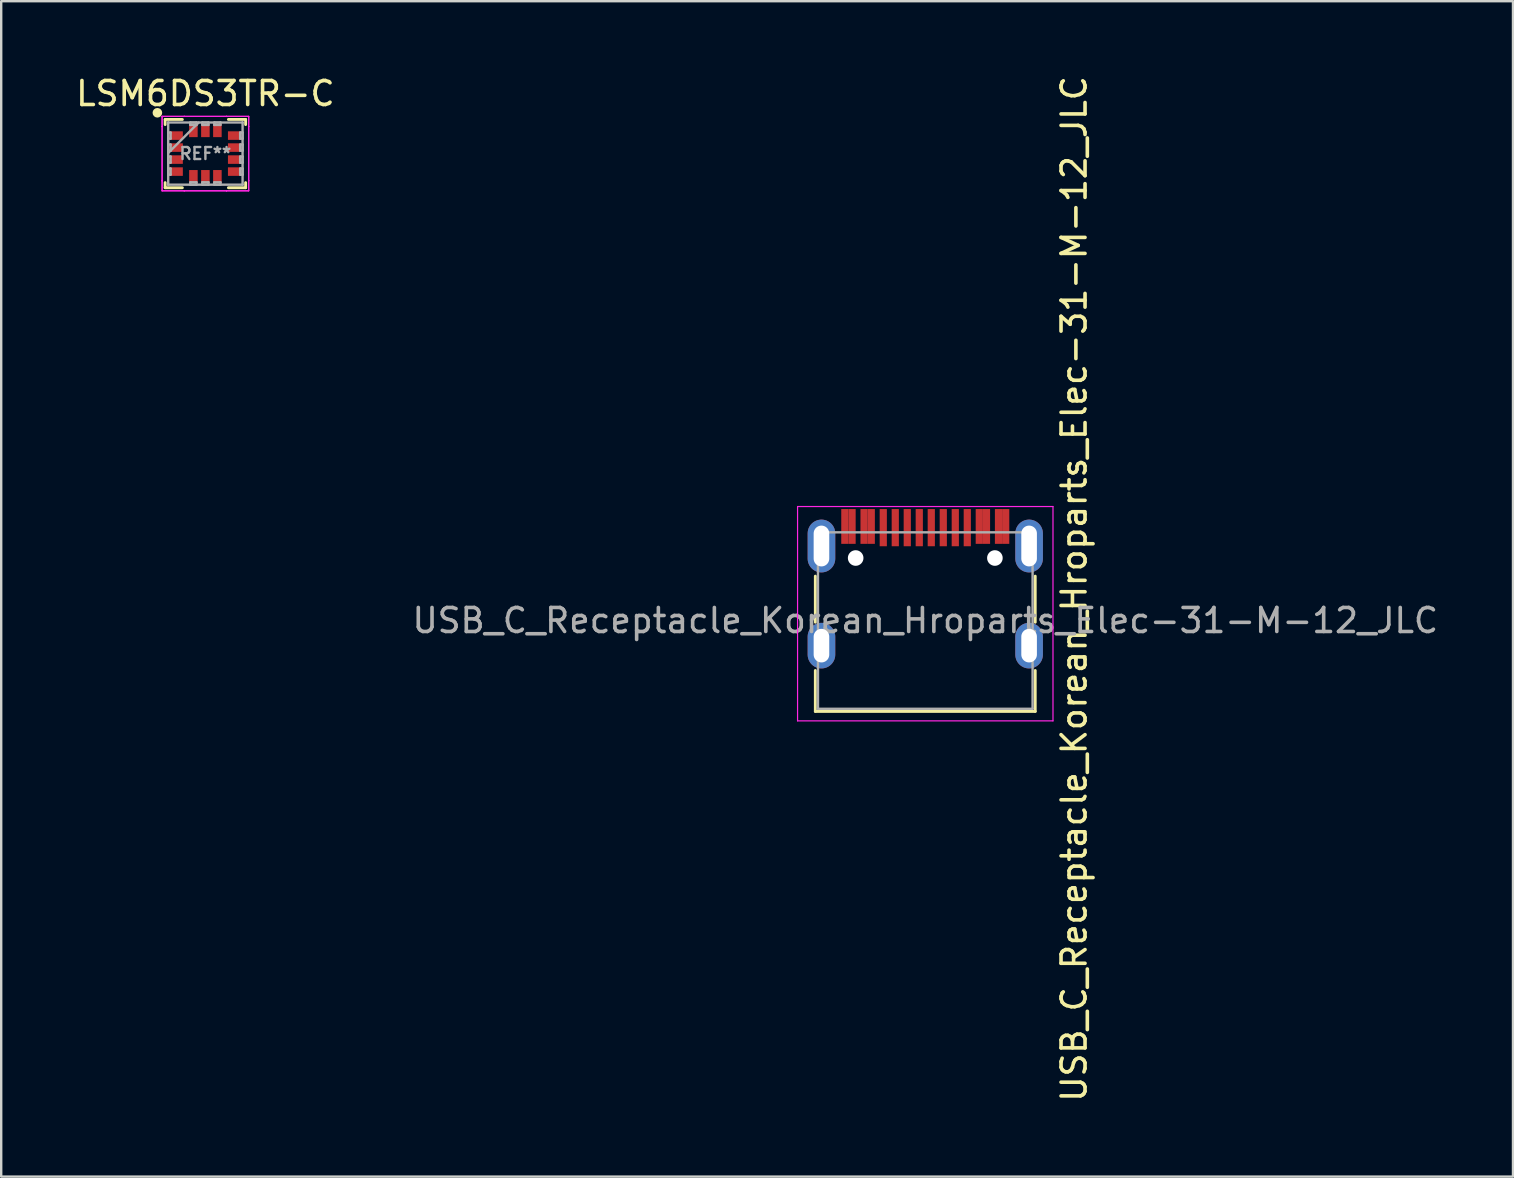
<source format=kicad_pcb>
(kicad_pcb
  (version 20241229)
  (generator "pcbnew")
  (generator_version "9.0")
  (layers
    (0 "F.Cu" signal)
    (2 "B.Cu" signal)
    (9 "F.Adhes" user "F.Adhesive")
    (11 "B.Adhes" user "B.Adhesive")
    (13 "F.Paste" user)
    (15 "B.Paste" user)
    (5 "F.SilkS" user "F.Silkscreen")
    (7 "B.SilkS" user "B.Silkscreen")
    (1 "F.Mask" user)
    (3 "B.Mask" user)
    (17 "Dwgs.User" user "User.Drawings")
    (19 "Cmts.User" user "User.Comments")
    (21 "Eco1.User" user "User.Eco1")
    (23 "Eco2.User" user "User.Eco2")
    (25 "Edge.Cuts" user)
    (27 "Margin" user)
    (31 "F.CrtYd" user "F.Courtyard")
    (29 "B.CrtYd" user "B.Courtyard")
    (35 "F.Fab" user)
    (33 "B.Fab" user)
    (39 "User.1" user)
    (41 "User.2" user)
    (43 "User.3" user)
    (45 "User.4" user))
  (footprint "USB_C_Receptacle_Korean_Hroparts_Elec-31-M-12_JLC"
    (layer "F.Cu")
    (at 35.494 21.211)
    (property "Reference" "USB_C_Receptacle_Korean_Hroparts_Elec-31-M-12_JLC" (at 6.2 0.271 90) (layer "F.SilkS") (effects (font (size 1 1) (thickness 0.15))))
    (attr smd)
    (fp_line (start -4.58 -0.261) (end -4.58 1.659) (stroke (width 0.12) (type solid)) (layer "F.SilkS"))
    (fp_line (start -4.58 5.374) (end -4.58 3.669) (stroke (width 0.12) (type solid)) (layer "F.SilkS"))
    (fp_line (start 4.58 1.659) (end 4.58 -0.261) (stroke (width 0.12) (type solid)) (layer "F.SilkS"))
    (fp_line (start 4.58 3.669) (end 4.58 5.374) (stroke (width 0.12) (type solid)) (layer "F.SilkS"))
    (fp_line (start 4.58 5.374) (end -4.58 5.374) (stroke (width 0.12) (type solid)) (layer "F.SilkS"))
    (fp_line (start -5.32 -3.161) (end 5.32 -3.161) (stroke (width 0.05) (type solid)) (layer "F.CrtYd"))
    (fp_line (start -5.32 5.769) (end -5.32 -3.161) (stroke (width 0.05) (type solid)) (layer "F.CrtYd"))
    (fp_line (start 5.32 -3.161) (end 5.32 5.769) (stroke (width 0.05) (type solid)) (layer "F.CrtYd"))
    (fp_line (start 5.32 5.769) (end -5.32 5.769) (stroke (width 0.05) (type solid)) (layer "F.CrtYd"))
    (fp_line (start -4.47 -2.086) (end -4.47 5.264) (stroke (width 0.1) (type solid)) (layer "F.Fab"))
    (fp_line (start -4.47 -2.086) (end 4.47 -2.086) (stroke (width 0.1) (type solid)) (layer "F.Fab"))
    (fp_line (start -4.47 5.264) (end 4.47 5.264) (stroke (width 0.1) (type solid)) (layer "F.Fab"))
    (fp_line (start 4.47 5.264) (end 4.47 -2.086) (stroke (width 0.1) (type solid)) (layer "F.Fab"))
    (fp_text user "${REFERENCE}" (at 0 1.589 0) (layer "F.Fab") (effects (font (size 1 1) (thickness 0.15))))
    (pad "" np_thru_hole circle (at -2.9 -1.016) (size 0.65 0.65) (drill 0.65) (layers "*.Cu" "*.Mask"))
    (pad "" np_thru_hole circle (at 2.9 -1.016) (size 0.65 0.65) (drill 0.65) (layers "*.Cu" "*.Mask"))
    (pad "A1" smd rect (at -3.35 -2.331) (size 0.3 1.45) (layers "F.Cu" "F.Mask" "F.Paste"))
    (pad "A4" smd rect (at -2.55 -2.331) (size 0.3 1.45) (layers "F.Cu" "F.Mask" "F.Paste"))
    (pad "A5" smd rect (at -1.25 -2.281) (size 0.3 1.55) (layers "F.Cu" "F.Mask" "F.Paste"))
    (pad "A6" smd rect (at -0.25 -2.281) (size 0.3 1.55) (layers "F.Cu" "F.Mask" "F.Paste"))
    (pad "A7" smd rect (at 0.25 -2.281) (size 0.3 1.55) (layers "F.Cu" "F.Mask" "F.Paste"))
    (pad "A8" smd rect (at 1.25 -2.281) (size 0.3 1.55) (layers "F.Cu" "F.Mask" "F.Paste"))
    (pad "A9" smd rect (at 2.55 -2.331) (size 0.3 1.45) (layers "F.Cu" "F.Mask" "F.Paste"))
    (pad "A12" smd rect (at 3.35 -2.331) (size 0.3 1.45) (layers "F.Cu" "F.Mask" "F.Paste"))
    (pad "B1" smd rect (at 3.05 -2.331) (size 0.3 1.45) (layers "F.Cu" "F.Mask" "F.Paste"))
    (pad "B4" smd rect (at 2.25 -2.331) (size 0.3 1.45) (layers "F.Cu" "F.Mask" "F.Paste"))
    (pad "B5" smd rect (at 1.75 -2.281) (size 0.3 1.55) (layers "F.Cu" "F.Mask" "F.Paste"))
    (pad "B6" smd rect (at 0.75 -2.281) (size 0.3 1.55) (layers "F.Cu" "F.Mask" "F.Paste"))
    (pad "B7" smd rect (at -0.75 -2.281) (size 0.3 1.55) (layers "F.Cu" "F.Mask" "F.Paste"))
    (pad "B8" smd rect (at -1.75 -2.281) (size 0.3 1.55) (layers "F.Cu" "F.Mask" "F.Paste"))
    (pad "B9" smd rect (at -2.25 -2.331) (size 0.3 1.45) (layers "F.Cu" "F.Mask" "F.Paste"))
    (pad "B12" smd rect (at -3.05 -2.331) (size 0.3 1.45) (layers "F.Cu" "F.Mask" "F.Paste"))
    (pad "S1" thru_hole oval (at -4.325 -1.516) (size 1.15 2.2) (drill oval 0.65 1.7) (layers "*.Cu" "*.Mask" "F.Paste"))
    (pad "S1" thru_hole oval (at -4.325 2.634) (size 1.15 1.9) (drill oval 0.65 1.4) (layers "*.Cu" "*.Mask" "F.Paste"))
    (pad "S1" thru_hole oval (at 4.325 -1.516) (size 1.15 2.2) (drill oval 0.65 1.7) (layers "*.Cu" "*.Mask" "F.Paste"))
    (pad "S1" thru_hole oval (at 4.325 2.634) (size 1.15 1.9) (drill oval 0.65 1.4) (layers "*.Cu" "*.Mask" "F.Paste")))
  (footprint "LSM6DS3TR-C"
    (layer "F.Cu")
    (at 5.506 3.348)
    (property "Reference" "LSM6DS3TR-C" (at 0 -2.5 0) (layer "F.SilkS") (effects (font (size 1 1) (thickness 0.15))))
    (attr through_hole)
    (fp_line (start -1.676 -1.422) (end -1.676 -1.209) (stroke (width 0.12) (type solid)) (layer "F.SilkS"))
    (fp_line (start -1.676 1.209) (end -1.676 1.422) (stroke (width 0.12) (type solid)) (layer "F.SilkS"))
    (fp_line (start -1.676 1.422) (end -0.959 1.422) (stroke (width 0.12) (type solid)) (layer "F.SilkS"))
    (fp_line (start -0.959 -1.422) (end -1.676 -1.422) (stroke (width 0.12) (type solid)) (layer "F.SilkS"))
    (fp_line (start 0.959 1.422) (end 1.676 1.422) (stroke (width 0.12) (type solid)) (layer "F.SilkS"))
    (fp_line (start 1.676 -1.422) (end 0.959 -1.422) (stroke (width 0.12) (type solid)) (layer "F.SilkS"))
    (fp_line (start 1.676 -1.209) (end 1.676 -1.422) (stroke (width 0.12) (type solid)) (layer "F.SilkS"))
    (fp_line (start 1.676 1.422) (end 1.676 1.209) (stroke (width 0.12) (type solid)) (layer "F.SilkS"))
    (fp_circle (center -2 -1.7) (end -1.9 -1.7) (stroke (width 0.2) (type solid)) (fill no) (layer "F.SilkS"))
    (fp_line (start -1.803 -1.549) (end -0.881 -1.549) (stroke (width 0.05) (type solid)) (layer "F.CrtYd"))
    (fp_line (start -1.803 -1.549) (end -0.881 -1.549) (stroke (width 0.05) (type solid)) (layer "F.CrtYd"))
    (fp_line (start -1.803 -1.131) (end -1.803 -1.549) (stroke (width 0.05) (type solid)) (layer "F.CrtYd"))
    (fp_line (start -1.803 -1.131) (end -1.803 -1.549) (stroke (width 0.05) (type solid)) (layer "F.CrtYd"))
    (fp_line (start -1.803 -1.131) (end -1.803 -1.131) (stroke (width 0.05) (type solid)) (layer "F.CrtYd"))
    (fp_line (start -1.803 -1.131) (end -1.803 -1.131) (stroke (width 0.05) (type solid)) (layer "F.CrtYd"))
    (fp_line (start -1.803 1.131) (end -1.803 -1.131) (stroke (width 0.05) (type solid)) (layer "F.CrtYd"))
    (fp_line (start -1.803 1.131) (end -1.803 -1.131) (stroke (width 0.05) (type solid)) (layer "F.CrtYd"))
    (fp_line (start -1.803 1.131) (end -1.803 1.131) (stroke (width 0.05) (type solid)) (layer "F.CrtYd"))
    (fp_line (start -1.803 1.131) (end -1.803 1.131) (stroke (width 0.05) (type solid)) (layer "F.CrtYd"))
    (fp_line (start -1.803 1.549) (end -1.803 1.131) (stroke (width 0.05) (type solid)) (layer "F.CrtYd"))
    (fp_line (start -1.803 1.549) (end -1.803 1.131) (stroke (width 0.05) (type solid)) (layer "F.CrtYd"))
    (fp_line (start -0.881 -1.549) (end -0.881 -1.549) (stroke (width 0.05) (type solid)) (layer "F.CrtYd"))
    (fp_line (start -0.881 -1.549) (end -0.881 -1.549) (stroke (width 0.05) (type solid)) (layer "F.CrtYd"))
    (fp_line (start -0.881 -1.549) (end 0.881 -1.549) (stroke (width 0.05) (type solid)) (layer "F.CrtYd"))
    (fp_line (start -0.881 -1.549) (end 0.881 -1.549) (stroke (width 0.05) (type solid)) (layer "F.CrtYd"))
    (fp_line (start -0.881 1.549) (end -1.803 1.549) (stroke (width 0.05) (type solid)) (layer "F.CrtYd"))
    (fp_line (start -0.881 1.549) (end -1.803 1.549) (stroke (width 0.05) (type solid)) (layer "F.CrtYd"))
    (fp_line (start -0.881 1.549) (end -0.881 1.549) (stroke (width 0.05) (type solid)) (layer "F.CrtYd"))
    (fp_line (start -0.881 1.549) (end -0.881 1.549) (stroke (width 0.05) (type solid)) (layer "F.CrtYd"))
    (fp_line (start 0.881 -1.549) (end 0.881 -1.549) (stroke (width 0.05) (type solid)) (layer "F.CrtYd"))
    (fp_line (start 0.881 -1.549) (end 0.881 -1.549) (stroke (width 0.05) (type solid)) (layer "F.CrtYd"))
    (fp_line (start 0.881 -1.549) (end 1.803 -1.549) (stroke (width 0.05) (type solid)) (layer "F.CrtYd"))
    (fp_line (start 0.881 -1.549) (end 1.803 -1.549) (stroke (width 0.05) (type solid)) (layer "F.CrtYd"))
    (fp_line (start 0.881 1.549) (end -0.881 1.549) (stroke (width 0.05) (type solid)) (layer "F.CrtYd"))
    (fp_line (start 0.881 1.549) (end -0.881 1.549) (stroke (width 0.05) (type solid)) (layer "F.CrtYd"))
    (fp_line (start 0.881 1.549) (end 0.881 1.549) (stroke (width 0.05) (type solid)) (layer "F.CrtYd"))
    (fp_line (start 0.881 1.549) (end 0.881 1.549) (stroke (width 0.05) (type solid)) (layer "F.CrtYd"))
    (fp_line (start 1.803 -1.549) (end 1.803 -1.131) (stroke (width 0.05) (type solid)) (layer "F.CrtYd"))
    (fp_line (start 1.803 -1.549) (end 1.803 -1.131) (stroke (width 0.05) (type solid)) (layer "F.CrtYd"))
    (fp_line (start 1.803 -1.131) (end 1.803 -1.131) (stroke (width 0.05) (type solid)) (layer "F.CrtYd"))
    (fp_line (start 1.803 -1.131) (end 1.803 -1.131) (stroke (width 0.05) (type solid)) (layer "F.CrtYd"))
    (fp_line (start 1.803 -1.131) (end 1.803 1.131) (stroke (width 0.05) (type solid)) (layer "F.CrtYd"))
    (fp_line (start 1.803 -1.131) (end 1.803 1.131) (stroke (width 0.05) (type solid)) (layer "F.CrtYd"))
    (fp_line (start 1.803 1.131) (end 1.803 1.131) (stroke (width 0.05) (type solid)) (layer "F.CrtYd"))
    (fp_line (start 1.803 1.131) (end 1.803 1.131) (stroke (width 0.05) (type solid)) (layer "F.CrtYd"))
    (fp_line (start 1.803 1.131) (end 1.803 1.549) (stroke (width 0.05) (type solid)) (layer "F.CrtYd"))
    (fp_line (start 1.803 1.131) (end 1.803 1.549) (stroke (width 0.05) (type solid)) (layer "F.CrtYd"))
    (fp_line (start 1.803 1.549) (end 0.881 1.549) (stroke (width 0.05) (type solid)) (layer "F.CrtYd"))
    (fp_line (start 1.803 1.549) (end 0.881 1.549) (stroke (width 0.05) (type solid)) (layer "F.CrtYd"))
    (fp_line (start -1.549 -1.295) (end -1.549 -1.295) (stroke (width 0.1) (type solid)) (layer "F.Fab"))
    (fp_line (start -1.549 -1.295) (end -1.549 1.295) (stroke (width 0.1) (type solid)) (layer "F.Fab"))
    (fp_line (start -1.549 -0.877) (end -1.448 -0.877) (stroke (width 0.1) (type solid)) (layer "F.Fab"))
    (fp_line (start -1.549 -0.623) (end -1.549 -0.877) (stroke (width 0.1) (type solid)) (layer "F.Fab"))
    (fp_line (start -1.549 -0.377) (end -1.448 -0.377) (stroke (width 0.1) (type solid)) (layer "F.Fab"))
    (fp_line (start -1.549 -0.123) (end -1.549 -0.377) (stroke (width 0.1) (type solid)) (layer "F.Fab"))
    (fp_line (start -1.549 -0.025) (end -0.279 -1.295) (stroke (width 0.1) (type solid)) (layer "F.Fab"))
    (fp_line (start -1.549 0.123) (end -1.448 0.123) (stroke (width 0.1) (type solid)) (layer "F.Fab"))
    (fp_line (start -1.549 0.377) (end -1.549 0.123) (stroke (width 0.1) (type solid)) (layer "F.Fab"))
    (fp_line (start -1.549 0.623) (end -1.448 0.623) (stroke (width 0.1) (type solid)) (layer "F.Fab"))
    (fp_line (start -1.549 0.877) (end -1.549 0.623) (stroke (width 0.1) (type solid)) (layer "F.Fab"))
    (fp_line (start -1.549 1.295) (end -1.549 1.295) (stroke (width 0.1) (type solid)) (layer "F.Fab"))
    (fp_line (start -1.549 1.295) (end 1.549 1.295) (stroke (width 0.1) (type solid)) (layer "F.Fab"))
    (fp_line (start -1.448 -0.877) (end -1.448 -0.623) (stroke (width 0.1) (type solid)) (layer "F.Fab"))
    (fp_line (start -1.448 -0.623) (end -1.549 -0.623) (stroke (width 0.1) (type solid)) (layer "F.Fab"))
    (fp_line (start -1.448 -0.377) (end -1.448 -0.123) (stroke (width 0.1) (type solid)) (layer "F.Fab"))
    (fp_line (start -1.448 -0.123) (end -1.549 -0.123) (stroke (width 0.1) (type solid)) (layer "F.Fab"))
    (fp_line (start -1.448 0.123) (end -1.448 0.377) (stroke (width 0.1) (type solid)) (layer "F.Fab"))
    (fp_line (start -1.448 0.377) (end -1.549 0.377) (stroke (width 0.1) (type solid)) (layer "F.Fab"))
    (fp_line (start -1.448 0.623) (end -1.448 0.877) (stroke (width 0.1) (type solid)) (layer "F.Fab"))
    (fp_line (start -1.448 0.877) (end -1.549 0.877) (stroke (width 0.1) (type solid)) (layer "F.Fab"))
    (fp_line (start -0.627 -1.295) (end -0.373 -1.295) (stroke (width 0.1) (type solid)) (layer "F.Fab"))
    (fp_line (start -0.627 -1.194) (end -0.627 -1.295) (stroke (width 0.1) (type solid)) (layer "F.Fab"))
    (fp_line (start -0.627 1.194) (end -0.373 1.194) (stroke (width 0.1) (type solid)) (layer "F.Fab"))
    (fp_line (start -0.627 1.295) (end -0.627 1.194) (stroke (width 0.1) (type solid)) (layer "F.Fab"))
    (fp_line (start -0.373 -1.295) (end -0.373 -1.194) (stroke (width 0.1) (type solid)) (layer "F.Fab"))
    (fp_line (start -0.373 -1.194) (end -0.627 -1.194) (stroke (width 0.1) (type solid)) (layer "F.Fab"))
    (fp_line (start -0.373 1.194) (end -0.373 1.295) (stroke (width 0.1) (type solid)) (layer "F.Fab"))
    (fp_line (start -0.373 1.295) (end -0.627 1.295) (stroke (width 0.1) (type solid)) (layer "F.Fab"))
    (fp_line (start -0.127 -1.295) (end 0.127 -1.295) (stroke (width 0.1) (type solid)) (layer "F.Fab"))
    (fp_line (start -0.127 -1.194) (end -0.127 -1.295) (stroke (width 0.1) (type solid)) (layer "F.Fab"))
    (fp_line (start -0.127 1.194) (end 0.127 1.194) (stroke (width 0.1) (type solid)) (layer "F.Fab"))
    (fp_line (start -0.127 1.295) (end -0.127 1.194) (stroke (width 0.1) (type solid)) (layer "F.Fab"))
    (fp_line (start 0.127 -1.295) (end 0.127 -1.194) (stroke (width 0.1) (type solid)) (layer "F.Fab"))
    (fp_line (start 0.127 -1.194) (end -0.127 -1.194) (stroke (width 0.1) (type solid)) (layer "F.Fab"))
    (fp_line (start 0.127 1.194) (end 0.127 1.295) (stroke (width 0.1) (type solid)) (layer "F.Fab"))
    (fp_line (start 0.127 1.295) (end -0.127 1.295) (stroke (width 0.1) (type solid)) (layer "F.Fab"))
    (fp_line (start 0.373 -1.295) (end 0.627 -1.295) (stroke (width 0.1) (type solid)) (layer "F.Fab"))
    (fp_line (start 0.373 -1.194) (end 0.373 -1.295) (stroke (width 0.1) (type solid)) (layer "F.Fab"))
    (fp_line (start 0.373 1.194) (end 0.627 1.194) (stroke (width 0.1) (type solid)) (layer "F.Fab"))
    (fp_line (start 0.373 1.295) (end 0.373 1.194) (stroke (width 0.1) (type solid)) (layer "F.Fab"))
    (fp_line (start 0.627 -1.295) (end 0.627 -1.194) (stroke (width 0.1) (type solid)) (layer "F.Fab"))
    (fp_line (start 0.627 -1.194) (end 0.373 -1.194) (stroke (width 0.1) (type solid)) (layer "F.Fab"))
    (fp_line (start 0.627 1.194) (end 0.627 1.295) (stroke (width 0.1) (type solid)) (layer "F.Fab"))
    (fp_line (start 0.627 1.295) (end 0.373 1.295) (stroke (width 0.1) (type solid)) (layer "F.Fab"))
    (fp_line (start 1.448 -0.877) (end 1.549 -0.877) (stroke (width 0.1) (type solid)) (layer "F.Fab"))
    (fp_line (start 1.448 -0.623) (end 1.448 -0.877) (stroke (width 0.1) (type solid)) (layer "F.Fab"))
    (fp_line (start 1.448 -0.377) (end 1.549 -0.377) (stroke (width 0.1) (type solid)) (layer "F.Fab"))
    (fp_line (start 1.448 -0.123) (end 1.448 -0.377) (stroke (width 0.1) (type solid)) (layer "F.Fab"))
    (fp_line (start 1.448 0.123) (end 1.549 0.123) (stroke (width 0.1) (type solid)) (layer "F.Fab"))
    (fp_line (start 1.448 0.377) (end 1.448 0.123) (stroke (width 0.1) (type solid)) (layer "F.Fab"))
    (fp_line (start 1.448 0.623) (end 1.549 0.623) (stroke (width 0.1) (type solid)) (layer "F.Fab"))
    (fp_line (start 1.448 0.877) (end 1.448 0.623) (stroke (width 0.1) (type solid)) (layer "F.Fab"))
    (fp_line (start 1.549 -1.295) (end -1.549 -1.295) (stroke (width 0.1) (type solid)) (layer "F.Fab"))
    (fp_line (start 1.549 -1.295) (end 1.549 -1.295) (stroke (width 0.1) (type solid)) (layer "F.Fab"))
    (fp_line (start 1.549 -0.877) (end 1.549 -0.623) (stroke (width 0.1) (type solid)) (layer "F.Fab"))
    (fp_line (start 1.549 -0.623) (end 1.448 -0.623) (stroke (width 0.1) (type solid)) (layer "F.Fab"))
    (fp_line (start 1.549 -0.377) (end 1.549 -0.123) (stroke (width 0.1) (type solid)) (layer "F.Fab"))
    (fp_line (start 1.549 -0.123) (end 1.448 -0.123) (stroke (width 0.1) (type solid)) (layer "F.Fab"))
    (fp_line (start 1.549 0.123) (end 1.549 0.377) (stroke (width 0.1) (type solid)) (layer "F.Fab"))
    (fp_line (start 1.549 0.377) (end 1.448 0.377) (stroke (width 0.1) (type solid)) (layer "F.Fab"))
    (fp_line (start 1.549 0.623) (end 1.549 0.877) (stroke (width 0.1) (type solid)) (layer "F.Fab"))
    (fp_line (start 1.549 0.877) (end 1.448 0.877) (stroke (width 0.1) (type solid)) (layer "F.Fab"))
    (fp_line (start 1.549 1.295) (end 1.549 -1.295) (stroke (width 0.1) (type solid)) (layer "F.Fab"))
    (fp_line (start 1.549 1.295) (end 1.549 1.295) (stroke (width 0.1) (type solid)) (layer "F.Fab"))
    (fp_text user "REF**" (at 0 0 0) (layer "F.Fab") (effects (font (size 0.5 0.5) (thickness 0.1))))
    (pad "1" smd rect (at -1.219 -0.75 90) (size 0.356 0.559) (layers "F.Cu" "F.Mask" "F.Paste"))
    (pad "2" smd rect (at -1.219 -0.25 90) (size 0.356 0.559) (layers "F.Cu" "F.Mask" "F.Paste"))
    (pad "3" smd rect (at -1.219 0.25 90) (size 0.356 0.559) (layers "F.Cu" "F.Mask" "F.Paste"))
    (pad "4" smd rect (at -1.219 0.75 90) (size 0.356 0.559) (layers "F.Cu" "F.Mask" "F.Paste"))
    (pad "5" smd rect (at -0.5 0.965) (size 0.356 0.559) (layers "F.Cu" "F.Mask" "F.Paste"))
    (pad "6" smd rect (at 0 0.965) (size 0.356 0.559) (layers "F.Cu" "F.Mask" "F.Paste"))
    (pad "7" smd rect (at 0.5 0.965) (size 0.356 0.559) (layers "F.Cu" "F.Mask" "F.Paste"))
    (pad "8" smd rect (at 1.219 0.75 90) (size 0.356 0.559) (layers "F.Cu" "F.Mask" "F.Paste"))
    (pad "9" smd rect (at 1.219 0.25 90) (size 0.356 0.559) (layers "F.Cu" "F.Mask" "F.Paste"))
    (pad "10" smd rect (at 1.219 -0.25 90) (size 0.356 0.559) (layers "F.Cu" "F.Mask" "F.Paste"))
    (pad "11" smd rect (at 1.219 -0.75 90) (size 0.356 0.559) (layers "F.Cu" "F.Mask" "F.Paste"))
    (pad "12" smd rect (at 0.5 -0.965) (size 0.356 0.559) (layers "F.Cu" "F.Mask" "F.Paste"))
    (pad "13" smd rect (at 0 -0.965) (size 0.356 0.559) (layers "F.Cu" "F.Mask" "F.Paste"))
    (pad "14" smd rect (at -0.5 -0.965) (size 0.356 0.559) (layers "F.Cu" "F.Mask" "F.Paste"))
    (zone (net_name "") (layer "F.Cu") (hatch edge 0.508) (connect_pads) (min_thickness 0.254) (filled_areas_thickness no) (keepout (tracks not_allowed) (vias not_allowed) (pads not_allowed) (copperpour not_allowed) (footprints allowed)) (placement (enabled no)) (fill) (polygon (pts (xy 6.436 4.028) (xy 4.576 4.028) (xy 4.576 2.668) (xy 6.436 2.668)))))
  (gr_rect
    (start -3 -3)
    (end 59.976 45.964)
    (stroke (width 0.1) (type default))
    (fill no)
    (layer "Edge.Cuts")))
</source>
